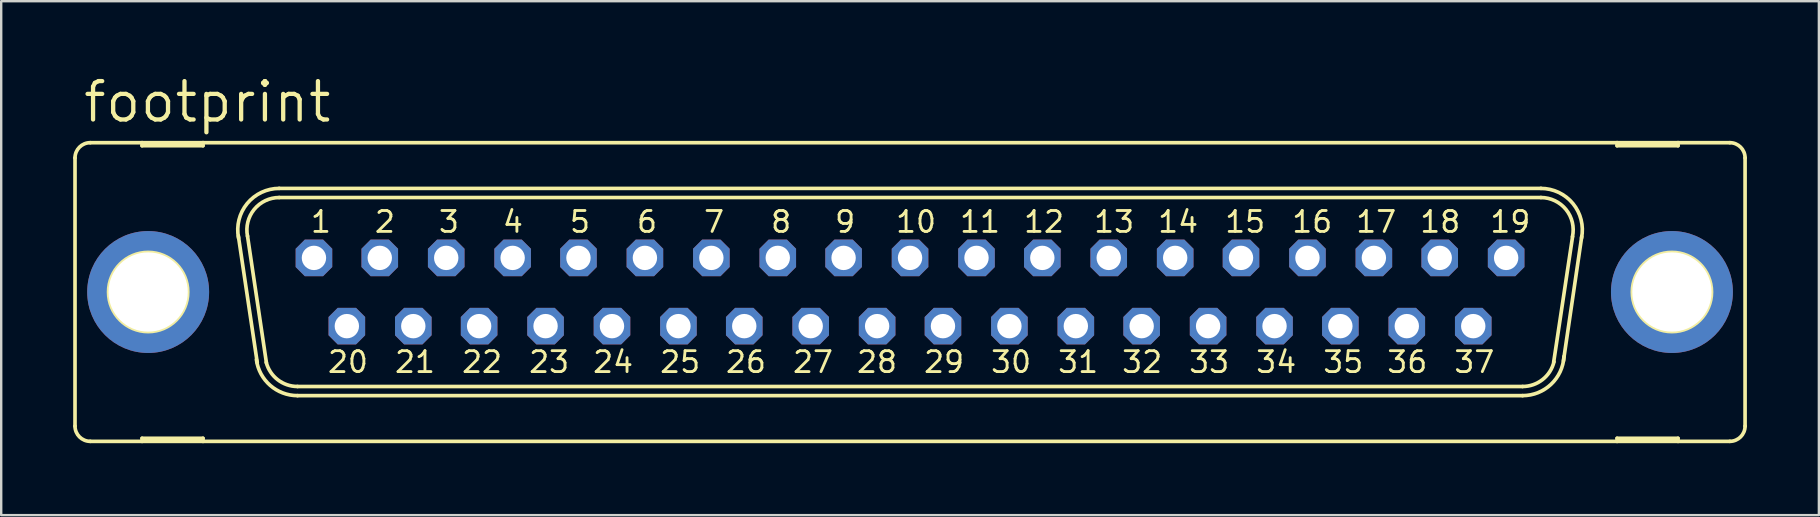
<source format=kicad_pcb>
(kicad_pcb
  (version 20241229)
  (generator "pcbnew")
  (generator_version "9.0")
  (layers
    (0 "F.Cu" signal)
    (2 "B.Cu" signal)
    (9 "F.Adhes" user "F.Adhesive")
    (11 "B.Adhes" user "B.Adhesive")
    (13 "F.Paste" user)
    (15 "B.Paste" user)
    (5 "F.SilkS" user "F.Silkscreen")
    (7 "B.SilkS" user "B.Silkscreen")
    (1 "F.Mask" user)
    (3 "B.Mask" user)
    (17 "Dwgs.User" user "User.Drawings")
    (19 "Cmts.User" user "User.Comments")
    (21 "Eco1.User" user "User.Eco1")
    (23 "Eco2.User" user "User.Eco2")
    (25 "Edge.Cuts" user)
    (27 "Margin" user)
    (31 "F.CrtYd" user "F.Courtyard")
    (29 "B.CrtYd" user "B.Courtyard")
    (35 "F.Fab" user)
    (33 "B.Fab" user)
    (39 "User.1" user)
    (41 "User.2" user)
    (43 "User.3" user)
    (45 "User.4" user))
  (footprint "footprint"
    (layer "F.Cu")
    (at 34.874 9.119)
    (property "Reference" "footprint" (at -34.544 -6.985 0) (layer "F.SilkS") (effects (font (size 1.6 1.6) (thickness 0.178)) (justify left bottom)))
    (fp_line (start -34.798 -5.588) (end -34.798 5.588) (stroke (width 0.152) (type solid)) (layer "F.SilkS"))
    (fp_line (start -34.163 6.223) (end -32.004 6.223) (stroke (width 0.152) (type solid)) (layer "F.SilkS"))
    (fp_line (start -32.004 -6.223) (end -34.163 -6.223) (stroke (width 0.152) (type solid)) (layer "F.SilkS"))
    (fp_line (start -32.004 -6.223) (end -32.004 -6.096) (stroke (width 0.152) (type solid)) (layer "F.SilkS"))
    (fp_line (start -32.004 -6.096) (end -29.464 -6.096) (stroke (width 0.152) (type solid)) (layer "F.SilkS"))
    (fp_line (start -32.004 6.096) (end -29.464 6.096) (stroke (width 0.152) (type solid)) (layer "F.SilkS"))
    (fp_line (start -32.004 6.223) (end -32.004 6.096) (stroke (width 0.152) (type solid)) (layer "F.SilkS"))
    (fp_line (start -32.004 6.223) (end -29.464 6.223) (stroke (width 0.152) (type solid)) (layer "F.SilkS"))
    (fp_line (start -29.464 -6.223) (end -32.004 -6.223) (stroke (width 0.152) (type solid)) (layer "F.SilkS"))
    (fp_line (start -29.464 -6.096) (end -29.464 -6.223) (stroke (width 0.152) (type solid)) (layer "F.SilkS"))
    (fp_line (start -29.464 6.096) (end -29.464 6.223) (stroke (width 0.152) (type solid)) (layer "F.SilkS"))
    (fp_line (start -29.464 6.223) (end 29.464 6.223) (stroke (width 0.152) (type solid)) (layer "F.SilkS"))
    (fp_line (start -27.203 2.946) (end -27.991 -2.337) (stroke (width 0.152) (type solid)) (layer "F.SilkS"))
    (fp_line (start -26.822 2.946) (end -27.61 -2.337) (stroke (width 0.152) (type solid)) (layer "F.SilkS"))
    (fp_line (start -26.289 -4.318) (end 26.289 -4.318) (stroke (width 0.152) (type solid)) (layer "F.SilkS"))
    (fp_line (start -26.289 -3.937) (end 26.289 -3.937) (stroke (width 0.152) (type solid)) (layer "F.SilkS"))
    (fp_line (start -25.527 3.937) (end 25.527 3.937) (stroke (width 0.152) (type solid)) (layer "F.SilkS"))
    (fp_line (start -25.527 4.318) (end 25.527 4.318) (stroke (width 0.152) (type solid)) (layer "F.SilkS"))
    (fp_line (start 27.61 -2.311) (end 26.822 2.921) (stroke (width 0.152) (type solid)) (layer "F.SilkS"))
    (fp_line (start 27.991 -2.311) (end 27.229 2.87) (stroke (width 0.152) (type solid)) (layer "F.SilkS"))
    (fp_line (start 29.464 -6.223) (end -29.464 -6.223) (stroke (width 0.152) (type solid)) (layer "F.SilkS"))
    (fp_line (start 29.464 -6.223) (end 29.464 -6.096) (stroke (width 0.152) (type solid)) (layer "F.SilkS"))
    (fp_line (start 29.464 -6.096) (end 32.004 -6.096) (stroke (width 0.152) (type solid)) (layer "F.SilkS"))
    (fp_line (start 29.464 6.096) (end 32.004 6.096) (stroke (width 0.152) (type solid)) (layer "F.SilkS"))
    (fp_line (start 29.464 6.223) (end 29.464 6.096) (stroke (width 0.152) (type solid)) (layer "F.SilkS"))
    (fp_line (start 29.464 6.223) (end 32.004 6.223) (stroke (width 0.152) (type solid)) (layer "F.SilkS"))
    (fp_line (start 32.004 -6.223) (end 29.464 -6.223) (stroke (width 0.152) (type solid)) (layer "F.SilkS"))
    (fp_line (start 32.004 -6.096) (end 32.004 -6.223) (stroke (width 0.152) (type solid)) (layer "F.SilkS"))
    (fp_line (start 32.004 6.096) (end 32.004 6.223) (stroke (width 0.152) (type solid)) (layer "F.SilkS"))
    (fp_line (start 32.004 6.223) (end 34.163 6.223) (stroke (width 0.152) (type solid)) (layer "F.SilkS"))
    (fp_line (start 34.163 -6.223) (end 32.004 -6.223) (stroke (width 0.152) (type solid)) (layer "F.SilkS"))
    (fp_line (start 34.798 -5.588) (end 34.798 5.588) (stroke (width 0.152) (type solid)) (layer "F.SilkS"))
    (fp_arc (start -34.798 -5.588) (mid -34.612013 -6.037013) (end -34.163 -6.223) (stroke (width 0.1524) (type solid)) (layer "F.SilkS"))
    (fp_arc (start -34.163 6.223) (mid -34.612013 6.037013) (end -34.798 5.588) (stroke (width 0.1524) (type solid)) (layer "F.SilkS"))
    (fp_arc (start -27.9827 -2.2521) (mid -27.624716 -3.685842) (end -26.288998 -4.318) (stroke (width 0.1524) (type solid)) (layer "F.SilkS"))
    (fp_arc (start -27.6091 -2.3268) (mid -27.330082 -3.444284) (end -26.289 -3.937) (stroke (width 0.1524) (type solid)) (layer "F.SilkS"))
    (fp_arc (start -25.527 3.937) (mid -26.3505 3.655745) (end -26.8299 2.9295) (stroke (width 0.1524) (type solid)) (layer "F.SilkS"))
    (fp_arc (start -25.526999 4.318001) (mid -26.664711 3.890313) (end -27.239 2.8191) (stroke (width 0.1524) (type solid)) (layer "F.SilkS"))
    (fp_arc (start 26.289 -4.318) (mid 27.624813 -3.685866) (end 27.982999 -2.252098) (stroke (width 0.1524) (type solid)) (layer "F.SilkS"))
    (fp_arc (start 26.289 -3.937) (mid 27.337557 -3.435183) (end 27.604499 -2.303798) (stroke (width 0.1524) (type solid)) (layer "F.SilkS"))
    (fp_arc (start 26.835701 2.904999) (mid 26.360257 3.647874) (end 25.527 3.937) (stroke (width 0.1524) (type solid)) (layer "F.SilkS"))
    (fp_arc (start 27.2513 2.6849) (mid 26.714366 3.844828) (end 25.527 4.318) (stroke (width 0.1524) (type solid)) (layer "F.SilkS"))
    (fp_arc (start 34.163 -6.223) (mid 34.612013 -6.037013) (end 34.798 -5.588) (stroke (width 0.1524) (type solid)) (layer "F.SilkS"))
    (fp_arc (start 34.798 5.588) (mid 34.612013 6.037013) (end 34.163 6.223) (stroke (width 0.1524) (type solid)) (layer "F.SilkS"))
    (fp_circle (center -31.75 0) (end -30.099 0) (stroke (width 0.152) (type solid)) (fill no) (layer "F.SilkS"))
    (fp_circle (center 31.75 0) (end 33.401 0) (stroke (width 0.152) (type solid)) (fill no) (layer "F.SilkS"))
    (fp_circle (center -24.841 -1.422) (end -24.587 -1.422) (stroke (width 0.406) (type solid)) (fill no) (layer "F.Fab"))
    (fp_circle (center -23.47 1.422) (end -23.216 1.422) (stroke (width 0.406) (type solid)) (fill no) (layer "F.Fab"))
    (fp_circle (center -22.073 -1.422) (end -21.819 -1.422) (stroke (width 0.406) (type solid)) (fill no) (layer "F.Fab"))
    (fp_circle (center -20.701 1.422) (end -20.447 1.422) (stroke (width 0.406) (type solid)) (fill no) (layer "F.Fab"))
    (fp_circle (center -19.329 -1.422) (end -19.075 -1.422) (stroke (width 0.406) (type solid)) (fill no) (layer "F.Fab"))
    (fp_circle (center -17.932 1.422) (end -17.678 1.422) (stroke (width 0.406) (type solid)) (fill no) (layer "F.Fab"))
    (fp_circle (center -16.561 -1.422) (end -16.307 -1.422) (stroke (width 0.406) (type solid)) (fill no) (layer "F.Fab"))
    (fp_circle (center -15.189 1.422) (end -14.935 1.422) (stroke (width 0.406) (type solid)) (fill no) (layer "F.Fab"))
    (fp_circle (center -13.792 -1.422) (end -13.538 -1.422) (stroke (width 0.406) (type solid)) (fill no) (layer "F.Fab"))
    (fp_circle (center -12.421 1.422) (end -12.167 1.422) (stroke (width 0.406) (type solid)) (fill no) (layer "F.Fab"))
    (fp_circle (center -11.049 -1.422) (end -10.795 -1.422) (stroke (width 0.406) (type solid)) (fill no) (layer "F.Fab"))
    (fp_circle (center -9.652 1.422) (end -9.398 1.422) (stroke (width 0.406) (type solid)) (fill no) (layer "F.Fab"))
    (fp_circle (center -8.28 -1.422) (end -8.026 -1.422) (stroke (width 0.406) (type solid)) (fill no) (layer "F.Fab"))
    (fp_circle (center -6.909 1.422) (end -6.655 1.422) (stroke (width 0.406) (type solid)) (fill no) (layer "F.Fab"))
    (fp_circle (center -5.512 -1.422) (end -5.258 -1.422) (stroke (width 0.406) (type solid)) (fill no) (layer "F.Fab"))
    (fp_circle (center -4.14 1.422) (end -3.886 1.422) (stroke (width 0.406) (type solid)) (fill no) (layer "F.Fab"))
    (fp_circle (center -2.769 -1.422) (end -2.515 -1.422) (stroke (width 0.406) (type solid)) (fill no) (layer "F.Fab"))
    (fp_circle (center -1.372 1.422) (end -1.118 1.422) (stroke (width 0.406) (type solid)) (fill no) (layer "F.Fab"))
    (fp_circle (center 0 -1.422) (end 0.254 -1.422) (stroke (width 0.406) (type solid)) (fill no) (layer "F.Fab"))
    (fp_circle (center 1.372 1.422) (end 1.626 1.422) (stroke (width 0.406) (type solid)) (fill no) (layer "F.Fab"))
    (fp_circle (center 2.769 -1.422) (end 3.023 -1.422) (stroke (width 0.406) (type solid)) (fill no) (layer "F.Fab"))
    (fp_circle (center 4.14 1.422) (end 4.394 1.422) (stroke (width 0.406) (type solid)) (fill no) (layer "F.Fab"))
    (fp_circle (center 5.512 -1.422) (end 5.766 -1.422) (stroke (width 0.406) (type solid)) (fill no) (layer "F.Fab"))
    (fp_circle (center 6.909 1.422) (end 7.163 1.422) (stroke (width 0.406) (type solid)) (fill no) (layer "F.Fab"))
    (fp_circle (center 8.28 -1.422) (end 8.534 -1.422) (stroke (width 0.406) (type solid)) (fill no) (layer "F.Fab"))
    (fp_circle (center 9.652 1.422) (end 9.906 1.422) (stroke (width 0.406) (type solid)) (fill no) (layer "F.Fab"))
    (fp_circle (center 11.049 -1.422) (end 11.303 -1.422) (stroke (width 0.406) (type solid)) (fill no) (layer "F.Fab"))
    (fp_circle (center 12.421 1.422) (end 12.675 1.422) (stroke (width 0.406) (type solid)) (fill no) (layer "F.Fab"))
    (fp_circle (center 13.792 -1.422) (end 14.046 -1.422) (stroke (width 0.406) (type solid)) (fill no) (layer "F.Fab"))
    (fp_circle (center 15.189 1.422) (end 15.443 1.422) (stroke (width 0.406) (type solid)) (fill no) (layer "F.Fab"))
    (fp_circle (center 16.561 -1.422) (end 16.815 -1.422) (stroke (width 0.406) (type solid)) (fill no) (layer "F.Fab"))
    (fp_circle (center 17.932 1.422) (end 18.186 1.422) (stroke (width 0.406) (type solid)) (fill no) (layer "F.Fab"))
    (fp_circle (center 19.329 -1.422) (end 19.583 -1.422) (stroke (width 0.406) (type solid)) (fill no) (layer "F.Fab"))
    (fp_circle (center 20.701 1.422) (end 20.955 1.422) (stroke (width 0.406) (type solid)) (fill no) (layer "F.Fab"))
    (fp_circle (center 22.073 -1.422) (end 22.327 -1.422) (stroke (width 0.406) (type solid)) (fill no) (layer "F.Fab"))
    (fp_circle (center 23.47 1.422) (end 23.724 1.422) (stroke (width 0.406) (type solid)) (fill no) (layer "F.Fab"))
    (fp_circle (center 24.841 -1.422) (end 25.095 -1.422) (stroke (width 0.406) (type solid)) (fill no) (layer "F.Fab"))
    (fp_text user "8" (at -5.867 -2.413 0) (layer "F.SilkS") (effects (font (size 0.872 0.872) (thickness 0.119)) (justify left bottom)))
    (fp_text user "26" (at -7.747 3.429 0) (layer "F.SilkS") (effects (font (size 0.872 0.872) (thickness 0.119)) (justify left bottom)))
    (fp_text user "9" (at -3.2 -2.413 0) (layer "F.SilkS") (effects (font (size 0.872 0.872) (thickness 0.119)) (justify left bottom)))
    (fp_text user "18" (at 21.184 -2.413 0) (layer "F.SilkS") (effects (font (size 0.872 0.872) (thickness 0.119)) (justify left bottom)))
    (fp_text user "34" (at 14.351 3.429 0) (layer "F.SilkS") (effects (font (size 0.872 0.872) (thickness 0.119)) (justify left bottom)))
    (fp_text user "37" (at 22.606 3.429 0) (layer "F.SilkS") (effects (font (size 0.872 0.872) (thickness 0.119)) (justify left bottom)))
    (fp_text user "22" (at -18.745 3.429 0) (layer "F.SilkS") (effects (font (size 0.872 0.872) (thickness 0.119)) (justify left bottom)))
    (fp_text user "28" (at -2.286 3.429 0) (layer "F.SilkS") (effects (font (size 0.872 0.872) (thickness 0.119)) (justify left bottom)))
    (fp_text user "20" (at -24.333 3.429 0) (layer "F.SilkS") (effects (font (size 0.872 0.872) (thickness 0.119)) (justify left bottom)))
    (fp_text user "4" (at -17.043 -2.413 0) (layer "F.SilkS") (effects (font (size 0.872 0.872) (thickness 0.119)) (justify left bottom)))
    (fp_text user "12" (at 4.674 -2.413 0) (layer "F.SilkS") (effects (font (size 0.872 0.872) (thickness 0.119)) (justify left bottom)))
    (fp_text user "13" (at 7.595 -2.413 0) (layer "F.SilkS") (effects (font (size 0.872 0.872) (thickness 0.119)) (justify left bottom)))
    (fp_text user "30" (at 3.302 3.429 0) (layer "F.SilkS") (effects (font (size 0.872 0.872) (thickness 0.119)) (justify left bottom)))
    (fp_text user "21" (at -21.539 3.429 0) (layer "F.SilkS") (effects (font (size 0.872 0.872) (thickness 0.119)) (justify left bottom)))
    (fp_text user "1" (at -25.044 -2.413 0) (layer "F.SilkS") (effects (font (size 0.872 0.872) (thickness 0.119)) (justify left bottom)))
    (fp_text user "32" (at 8.763 3.429 0) (layer "F.SilkS") (effects (font (size 0.872 0.872) (thickness 0.119)) (justify left bottom)))
    (fp_text user "2" (at -22.377 -2.413 0) (layer "F.SilkS") (effects (font (size 0.872 0.872) (thickness 0.119)) (justify left bottom)))
    (fp_text user "33" (at 11.557 3.429 0) (layer "F.SilkS") (effects (font (size 0.872 0.872) (thickness 0.119)) (justify left bottom)))
    (fp_text user "19" (at 24.105 -2.413 0) (layer "F.SilkS") (effects (font (size 0.872 0.872) (thickness 0.119)) (justify left bottom)))
    (fp_text user "35" (at 17.145 3.429 0) (layer "F.SilkS") (effects (font (size 0.872 0.872) (thickness 0.119)) (justify left bottom)))
    (fp_text user "3" (at -19.71 -2.413 0) (layer "F.SilkS") (effects (font (size 0.872 0.872) (thickness 0.119)) (justify left bottom)))
    (fp_text user "25" (at -10.49 3.429 0) (layer "F.SilkS") (effects (font (size 0.872 0.872) (thickness 0.119)) (justify left bottom)))
    (fp_text user "6" (at -11.455 -2.413 0) (layer "F.SilkS") (effects (font (size 0.872 0.872) (thickness 0.119)) (justify left bottom)))
    (fp_text user "11" (at 2.007 -2.413 0) (layer "F.SilkS") (effects (font (size 0.872 0.872) (thickness 0.119)) (justify left bottom)))
    (fp_text user "24" (at -13.284 3.429 0) (layer "F.SilkS") (effects (font (size 0.872 0.872) (thickness 0.119)) (justify left bottom)))
    (fp_text user "14" (at 10.262 -2.413 0) (layer "F.SilkS") (effects (font (size 0.872 0.872) (thickness 0.119)) (justify left bottom)))
    (fp_text user "7" (at -8.661 -2.413 0) (layer "F.SilkS") (effects (font (size 0.872 0.872) (thickness 0.119)) (justify left bottom)))
    (fp_text user "29" (at 0.508 3.429 0) (layer "F.SilkS") (effects (font (size 0.872 0.872) (thickness 0.119)) (justify left bottom)))
    (fp_text user "5" (at -14.249 -2.413 0) (layer "F.SilkS") (effects (font (size 0.872 0.872) (thickness 0.119)) (justify left bottom)))
    (fp_text user "31" (at 6.096 3.429 0) (layer "F.SilkS") (effects (font (size 0.872 0.872) (thickness 0.119)) (justify left bottom)))
    (fp_text user "36" (at 19.812 3.429 0) (layer "F.SilkS") (effects (font (size 0.872 0.872) (thickness 0.119)) (justify left bottom)))
    (fp_text user "16" (at 15.85 -2.413 0) (layer "F.SilkS") (effects (font (size 0.872 0.872) (thickness 0.119)) (justify left bottom)))
    (fp_text user "23" (at -15.951 3.429 0) (layer "F.SilkS") (effects (font (size 0.872 0.872) (thickness 0.119)) (justify left bottom)))
    (fp_text user "15" (at 13.056 -2.413 0) (layer "F.SilkS") (effects (font (size 0.872 0.872) (thickness 0.119)) (justify left bottom)))
    (fp_text user "10" (at -0.66 -2.413 0) (layer "F.SilkS") (effects (font (size 0.872 0.872) (thickness 0.119)) (justify left bottom)))
    (fp_text user "27" (at -4.953 3.429 0) (layer "F.SilkS") (effects (font (size 0.872 0.872) (thickness 0.119)) (justify left bottom)))
    (fp_text user "17" (at 18.517 -2.413 0) (layer "F.SilkS") (effects (font (size 0.872 0.872) (thickness 0.119)) (justify left bottom)))
    (pad "1" thru_hole roundrect (at -24.841 -1.422) (size 1.524 1.524) (drill 1.016) (layers "*.Cu" "*.Mask") (roundrect_rratio 0.25) (chamfer_ratio 0.25) (chamfer top_left top_right bottom_left bottom_right))
    (pad "2" thru_hole roundrect (at -22.098 -1.422) (size 1.524 1.524) (drill 1.016) (layers "*.Cu" "*.Mask") (roundrect_rratio 0.25) (chamfer_ratio 0.25) (chamfer top_left top_right bottom_left bottom_right))
    (pad "3" thru_hole roundrect (at -19.329 -1.422) (size 1.524 1.524) (drill 1.016) (layers "*.Cu" "*.Mask") (roundrect_rratio 0.25) (chamfer_ratio 0.25) (chamfer top_left top_right bottom_left bottom_right))
    (pad "4" thru_hole roundrect (at -16.561 -1.422) (size 1.524 1.524) (drill 1.016) (layers "*.Cu" "*.Mask") (roundrect_rratio 0.25) (chamfer_ratio 0.25) (chamfer top_left top_right bottom_left bottom_right))
    (pad "5" thru_hole roundrect (at -13.818 -1.422) (size 1.524 1.524) (drill 1.016) (layers "*.Cu" "*.Mask") (roundrect_rratio 0.25) (chamfer_ratio 0.25) (chamfer top_left top_right bottom_left bottom_right))
    (pad "6" thru_hole roundrect (at -11.049 -1.422) (size 1.524 1.524) (drill 1.016) (layers "*.Cu" "*.Mask") (roundrect_rratio 0.25) (chamfer_ratio 0.25) (chamfer top_left top_right bottom_left bottom_right))
    (pad "7" thru_hole roundrect (at -8.28 -1.422) (size 1.524 1.524) (drill 1.016) (layers "*.Cu" "*.Mask") (roundrect_rratio 0.25) (chamfer_ratio 0.25) (chamfer top_left top_right bottom_left bottom_right))
    (pad "8" thru_hole roundrect (at -5.512 -1.422) (size 1.524 1.524) (drill 1.016) (layers "*.Cu" "*.Mask") (roundrect_rratio 0.25) (chamfer_ratio 0.25) (chamfer top_left top_right bottom_left bottom_right))
    (pad "9" thru_hole roundrect (at -2.769 -1.422) (size 1.524 1.524) (drill 1.016) (layers "*.Cu" "*.Mask") (roundrect_rratio 0.25) (chamfer_ratio 0.25) (chamfer top_left top_right bottom_left bottom_right))
    (pad "10" thru_hole roundrect (at 0 -1.422) (size 1.524 1.524) (drill 1.016) (layers "*.Cu" "*.Mask") (roundrect_rratio 0.25) (chamfer_ratio 0.25) (chamfer top_left top_right bottom_left bottom_right))
    (pad "11" thru_hole roundrect (at 2.769 -1.422) (size 1.524 1.524) (drill 1.016) (layers "*.Cu" "*.Mask") (roundrect_rratio 0.25) (chamfer_ratio 0.25) (chamfer top_left top_right bottom_left bottom_right))
    (pad "12" thru_hole roundrect (at 5.512 -1.422) (size 1.524 1.524) (drill 1.016) (layers "*.Cu" "*.Mask") (roundrect_rratio 0.25) (chamfer_ratio 0.25) (chamfer top_left top_right bottom_left bottom_right))
    (pad "13" thru_hole roundrect (at 8.28 -1.422) (size 1.524 1.524) (drill 1.016) (layers "*.Cu" "*.Mask") (roundrect_rratio 0.25) (chamfer_ratio 0.25) (chamfer top_left top_right bottom_left bottom_right))
    (pad "14" thru_hole roundrect (at 11.049 -1.422) (size 1.524 1.524) (drill 1.016) (layers "*.Cu" "*.Mask") (roundrect_rratio 0.25) (chamfer_ratio 0.25) (chamfer top_left top_right bottom_left bottom_right))
    (pad "15" thru_hole roundrect (at 13.792 -1.422) (size 1.524 1.524) (drill 1.016) (layers "*.Cu" "*.Mask") (roundrect_rratio 0.25) (chamfer_ratio 0.25) (chamfer top_left top_right bottom_left bottom_right))
    (pad "16" thru_hole roundrect (at 16.561 -1.422) (size 1.524 1.524) (drill 1.016) (layers "*.Cu" "*.Mask") (roundrect_rratio 0.25) (chamfer_ratio 0.25) (chamfer top_left top_right bottom_left bottom_right))
    (pad "17" thru_hole roundrect (at 19.329 -1.422) (size 1.524 1.524) (drill 1.016) (layers "*.Cu" "*.Mask") (roundrect_rratio 0.25) (chamfer_ratio 0.25) (chamfer top_left top_right bottom_left bottom_right))
    (pad "18" thru_hole roundrect (at 22.073 -1.422) (size 1.524 1.524) (drill 1.016) (layers "*.Cu" "*.Mask") (roundrect_rratio 0.25) (chamfer_ratio 0.25) (chamfer top_left top_right bottom_left bottom_right))
    (pad "19" thru_hole roundrect (at 24.841 -1.422) (size 1.524 1.524) (drill 1.016) (layers "*.Cu" "*.Mask") (roundrect_rratio 0.25) (chamfer_ratio 0.25) (chamfer top_left top_right bottom_left bottom_right))
    (pad "20" thru_hole roundrect (at -23.47 1.422) (size 1.524 1.524) (drill 1.016) (layers "*.Cu" "*.Mask") (roundrect_rratio 0.25) (chamfer_ratio 0.25) (chamfer top_left top_right bottom_left bottom_right))
    (pad "21" thru_hole roundrect (at -20.701 1.422) (size 1.524 1.524) (drill 1.016) (layers "*.Cu" "*.Mask") (roundrect_rratio 0.25) (chamfer_ratio 0.25) (chamfer top_left top_right bottom_left bottom_right))
    (pad "22" thru_hole roundrect (at -17.958 1.422) (size 1.524 1.524) (drill 1.016) (layers "*.Cu" "*.Mask") (roundrect_rratio 0.25) (chamfer_ratio 0.25) (chamfer top_left top_right bottom_left bottom_right))
    (pad "23" thru_hole roundrect (at -15.189 1.422) (size 1.524 1.524) (drill 1.016) (layers "*.Cu" "*.Mask") (roundrect_rratio 0.25) (chamfer_ratio 0.25) (chamfer top_left top_right bottom_left bottom_right))
    (pad "24" thru_hole roundrect (at -12.421 1.422) (size 1.524 1.524) (drill 1.016) (layers "*.Cu" "*.Mask") (roundrect_rratio 0.25) (chamfer_ratio 0.25) (chamfer top_left top_right bottom_left bottom_right))
    (pad "25" thru_hole roundrect (at -9.652 1.422) (size 1.524 1.524) (drill 1.016) (layers "*.Cu" "*.Mask") (roundrect_rratio 0.25) (chamfer_ratio 0.25) (chamfer top_left top_right bottom_left bottom_right))
    (pad "26" thru_hole roundrect (at -6.909 1.422) (size 1.524 1.524) (drill 1.016) (layers "*.Cu" "*.Mask") (roundrect_rratio 0.25) (chamfer_ratio 0.25) (chamfer top_left top_right bottom_left bottom_right))
    (pad "27" thru_hole roundrect (at -4.14 1.422) (size 1.524 1.524) (drill 1.016) (layers "*.Cu" "*.Mask") (roundrect_rratio 0.25) (chamfer_ratio 0.25) (chamfer top_left top_right bottom_left bottom_right))
    (pad "28" thru_hole roundrect (at -1.372 1.422) (size 1.524 1.524) (drill 1.016) (layers "*.Cu" "*.Mask") (roundrect_rratio 0.25) (chamfer_ratio 0.25) (chamfer top_left top_right bottom_left bottom_right))
    (pad "29" thru_hole roundrect (at 1.372 1.422) (size 1.524 1.524) (drill 1.016) (layers "*.Cu" "*.Mask") (roundrect_rratio 0.25) (chamfer_ratio 0.25) (chamfer top_left top_right bottom_left bottom_right))
    (pad "30" thru_hole roundrect (at 4.14 1.422) (size 1.524 1.524) (drill 1.016) (layers "*.Cu" "*.Mask") (roundrect_rratio 0.25) (chamfer_ratio 0.25) (chamfer top_left top_right bottom_left bottom_right))
    (pad "31" thru_hole roundrect (at 6.909 1.422) (size 1.524 1.524) (drill 1.016) (layers "*.Cu" "*.Mask") (roundrect_rratio 0.25) (chamfer_ratio 0.25) (chamfer top_left top_right bottom_left bottom_right))
    (pad "32" thru_hole roundrect (at 9.652 1.422) (size 1.524 1.524) (drill 1.016) (layers "*.Cu" "*.Mask") (roundrect_rratio 0.25) (chamfer_ratio 0.25) (chamfer top_left top_right bottom_left bottom_right))
    (pad "33" thru_hole roundrect (at 12.421 1.422) (size 1.524 1.524) (drill 1.016) (layers "*.Cu" "*.Mask") (roundrect_rratio 0.25) (chamfer_ratio 0.25) (chamfer top_left top_right bottom_left bottom_right))
    (pad "34" thru_hole roundrect (at 15.189 1.422) (size 1.524 1.524) (drill 1.016) (layers "*.Cu" "*.Mask") (roundrect_rratio 0.25) (chamfer_ratio 0.25) (chamfer top_left top_right bottom_left bottom_right))
    (pad "35" thru_hole roundrect (at 17.932 1.422) (size 1.524 1.524) (drill 1.016) (layers "*.Cu" "*.Mask") (roundrect_rratio 0.25) (chamfer_ratio 0.25) (chamfer top_left top_right bottom_left bottom_right))
    (pad "36" thru_hole roundrect (at 20.701 1.422) (size 1.524 1.524) (drill 1.016) (layers "*.Cu" "*.Mask") (roundrect_rratio 0.25) (chamfer_ratio 0.25) (chamfer top_left top_right bottom_left bottom_right))
    (pad "37" thru_hole roundrect (at 23.47 1.422) (size 1.524 1.524) (drill 1.016) (layers "*.Cu" "*.Mask") (roundrect_rratio 0.25) (chamfer_ratio 0.25) (chamfer top_left top_right bottom_left bottom_right))
    (pad "G1" thru_hole circle (at -31.75 0) (size 5.08 5.08) (drill 3.302) (layers "*.Cu" "*.Mask"))
    (pad "G2" thru_hole circle (at 31.75 0) (size 5.08 5.08) (drill 3.302) (layers "*.Cu" "*.Mask")))
  (gr_rect
    (start -3 -3)
    (end 72.748 18.418)
    (stroke (width 0.1) (type default))
    (fill no)
    (layer "Edge.Cuts")))
</source>
